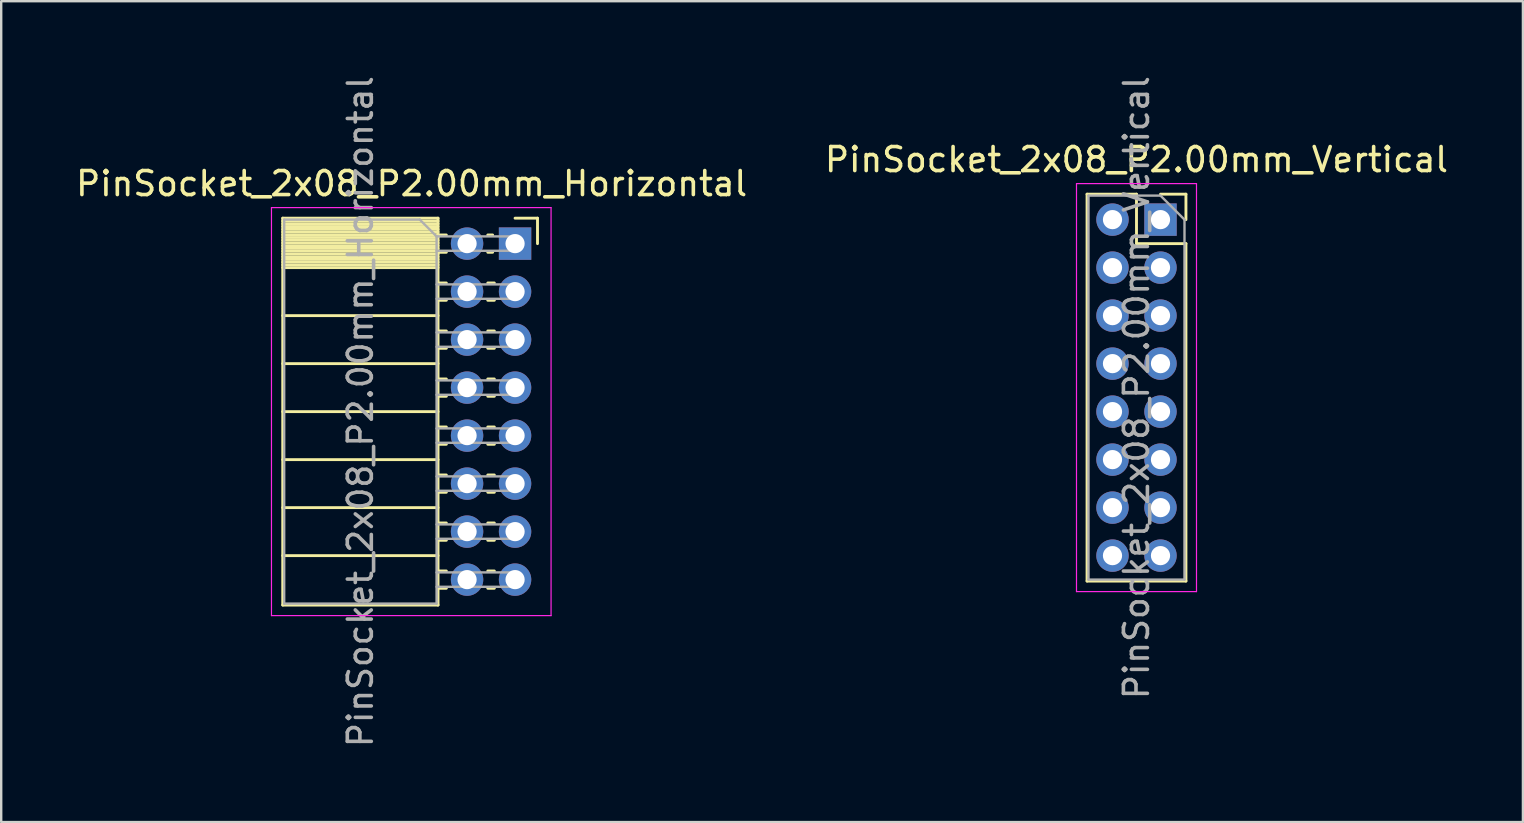
<source format=kicad_pcb>
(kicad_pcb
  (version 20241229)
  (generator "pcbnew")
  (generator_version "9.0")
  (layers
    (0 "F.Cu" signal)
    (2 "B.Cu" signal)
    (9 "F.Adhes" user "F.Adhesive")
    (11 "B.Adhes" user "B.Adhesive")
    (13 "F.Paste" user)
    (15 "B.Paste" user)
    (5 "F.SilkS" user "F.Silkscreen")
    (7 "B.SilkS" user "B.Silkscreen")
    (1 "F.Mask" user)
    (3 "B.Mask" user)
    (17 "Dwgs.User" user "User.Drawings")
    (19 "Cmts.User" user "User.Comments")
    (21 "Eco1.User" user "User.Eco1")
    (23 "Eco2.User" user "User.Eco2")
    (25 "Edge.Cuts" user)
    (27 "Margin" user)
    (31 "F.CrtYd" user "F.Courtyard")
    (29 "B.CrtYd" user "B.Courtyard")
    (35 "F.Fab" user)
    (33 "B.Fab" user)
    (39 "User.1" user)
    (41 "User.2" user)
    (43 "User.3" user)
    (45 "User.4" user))
  (footprint "PinSocket_2x08_P2.00mm_Vertical"
    (layer "F.Cu")
    (at 45.304 6.101)
    (property "Reference" "PinSocket_2x08_P2.00mm_Vertical" (at -1 -2.5 0) (layer "F.SilkS") (effects (font (size 1 1) (thickness 0.15))))
    (attr through_hole)
    (fp_line (start -3.06 -1.06) (end -3.06 15.06) (stroke (width 0.12) (type solid)) (layer "F.SilkS"))
    (fp_line (start -3.06 -1.06) (end -1 -1.06) (stroke (width 0.12) (type solid)) (layer "F.SilkS"))
    (fp_line (start -3.06 15.06) (end 1.06 15.06) (stroke (width 0.12) (type solid)) (layer "F.SilkS"))
    (fp_line (start -1 -1.06) (end -1 1) (stroke (width 0.12) (type solid)) (layer "F.SilkS"))
    (fp_line (start -1 1) (end 1.06 1) (stroke (width 0.12) (type solid)) (layer "F.SilkS"))
    (fp_line (start 0 -1.06) (end 1.06 -1.06) (stroke (width 0.12) (type solid)) (layer "F.SilkS"))
    (fp_line (start 1.06 -1.06) (end 1.06 0) (stroke (width 0.12) (type solid)) (layer "F.SilkS"))
    (fp_line (start 1.06 1) (end 1.06 15.06) (stroke (width 0.12) (type solid)) (layer "F.SilkS"))
    (fp_line (start -3.5 -1.5) (end 1.5 -1.5) (stroke (width 0.05) (type solid)) (layer "F.CrtYd"))
    (fp_line (start -3.5 15.5) (end -3.5 -1.5) (stroke (width 0.05) (type solid)) (layer "F.CrtYd"))
    (fp_line (start 1.5 -1.5) (end 1.5 15.5) (stroke (width 0.05) (type solid)) (layer "F.CrtYd"))
    (fp_line (start 1.5 15.5) (end -3.5 15.5) (stroke (width 0.05) (type solid)) (layer "F.CrtYd"))
    (fp_line (start -3 -1) (end 0 -1) (stroke (width 0.1) (type solid)) (layer "F.Fab"))
    (fp_line (start -3 15) (end -3 -1) (stroke (width 0.1) (type solid)) (layer "F.Fab"))
    (fp_line (start 0 -1) (end 1 0) (stroke (width 0.1) (type solid)) (layer "F.Fab"))
    (fp_line (start 1 0) (end 1 15) (stroke (width 0.1) (type solid)) (layer "F.Fab"))
    (fp_line (start 1 15) (end -3 15) (stroke (width 0.1) (type solid)) (layer "F.Fab"))
    (fp_text user "${REFERENCE}" (at -1 7 90) (layer "F.Fab") (effects (font (size 1 1) (thickness 0.15))))
    (pad "1" thru_hole rect (at 0 0) (size 1.35 1.35) (drill 0.8) (layers "*.Cu" "*.Mask"))
    (pad "2" thru_hole circle (at -2 0) (size 1.35 1.35) (drill 0.8) (layers "*.Cu" "*.Mask"))
    (pad "3" thru_hole circle (at 0 2) (size 1.35 1.35) (drill 0.8) (layers "*.Cu" "*.Mask"))
    (pad "4" thru_hole circle (at -2 2) (size 1.35 1.35) (drill 0.8) (layers "*.Cu" "*.Mask"))
    (pad "5" thru_hole circle (at 0 4) (size 1.35 1.35) (drill 0.8) (layers "*.Cu" "*.Mask"))
    (pad "6" thru_hole circle (at -2 4) (size 1.35 1.35) (drill 0.8) (layers "*.Cu" "*.Mask"))
    (pad "7" thru_hole circle (at 0 6) (size 1.35 1.35) (drill 0.8) (layers "*.Cu" "*.Mask"))
    (pad "8" thru_hole circle (at -2 6) (size 1.35 1.35) (drill 0.8) (layers "*.Cu" "*.Mask"))
    (pad "9" thru_hole circle (at 0 8) (size 1.35 1.35) (drill 0.8) (layers "*.Cu" "*.Mask"))
    (pad "10" thru_hole circle (at -2 8) (size 1.35 1.35) (drill 0.8) (layers "*.Cu" "*.Mask"))
    (pad "11" thru_hole circle (at 0 10) (size 1.35 1.35) (drill 0.8) (layers "*.Cu" "*.Mask"))
    (pad "12" thru_hole circle (at -2 10) (size 1.35 1.35) (drill 0.8) (layers "*.Cu" "*.Mask"))
    (pad "13" thru_hole circle (at 0 12) (size 1.35 1.35) (drill 0.8) (layers "*.Cu" "*.Mask"))
    (pad "14" thru_hole circle (at -2 12) (size 1.35 1.35) (drill 0.8) (layers "*.Cu" "*.Mask"))
    (pad "15" thru_hole circle (at 0 14) (size 1.35 1.35) (drill 0.8) (layers "*.Cu" "*.Mask"))
    (pad "16" thru_hole circle (at -2 14) (size 1.35 1.35) (drill 0.8) (layers "*.Cu" "*.Mask")))
  (footprint "PinSocket_2x08_P2.00mm_Horizontal"
    (layer "F.Cu")
    (at 18.411 7.101)
    (property "Reference" "PinSocket_2x08_P2.00mm_Horizontal" (at -4.31 -2.5 0) (layer "F.SilkS") (effects (font (size 1 1) (thickness 0.15))))
    (attr through_hole)
    (fp_line (start -9.68 -1.06) (end -9.68 15.06) (stroke (width 0.12) (type solid)) (layer "F.SilkS"))
    (fp_line (start -9.68 -1.06) (end -3.21 -1.06) (stroke (width 0.12) (type solid)) (layer "F.SilkS"))
    (fp_line (start -9.68 -0.94) (end -3.21 -0.94) (stroke (width 0.12) (type solid)) (layer "F.SilkS"))
    (fp_line (start -9.68 -0.826) (end -3.21 -0.826) (stroke (width 0.12) (type solid)) (layer "F.SilkS"))
    (fp_line (start -9.68 -0.712) (end -3.21 -0.712) (stroke (width 0.12) (type solid)) (layer "F.SilkS"))
    (fp_line (start -9.68 -0.598) (end -3.21 -0.598) (stroke (width 0.12) (type solid)) (layer "F.SilkS"))
    (fp_line (start -9.68 -0.484) (end -3.21 -0.484) (stroke (width 0.12) (type solid)) (layer "F.SilkS"))
    (fp_line (start -9.68 -0.369) (end -3.21 -0.369) (stroke (width 0.12) (type solid)) (layer "F.SilkS"))
    (fp_line (start -9.68 -0.255) (end -3.21 -0.255) (stroke (width 0.12) (type solid)) (layer "F.SilkS"))
    (fp_line (start -9.68 -0.141) (end -3.21 -0.141) (stroke (width 0.12) (type solid)) (layer "F.SilkS"))
    (fp_line (start -9.68 -0.027) (end -3.21 -0.027) (stroke (width 0.12) (type solid)) (layer "F.SilkS"))
    (fp_line (start -9.68 0.087) (end -3.21 0.087) (stroke (width 0.12) (type solid)) (layer "F.SilkS"))
    (fp_line (start -9.68 0.201) (end -3.21 0.201) (stroke (width 0.12) (type solid)) (layer "F.SilkS"))
    (fp_line (start -9.68 0.315) (end -3.21 0.315) (stroke (width 0.12) (type solid)) (layer "F.SilkS"))
    (fp_line (start -9.68 0.429) (end -3.21 0.429) (stroke (width 0.12) (type solid)) (layer "F.SilkS"))
    (fp_line (start -9.68 0.544) (end -3.21 0.544) (stroke (width 0.12) (type solid)) (layer "F.SilkS"))
    (fp_line (start -9.68 0.658) (end -3.21 0.658) (stroke (width 0.12) (type solid)) (layer "F.SilkS"))
    (fp_line (start -9.68 0.772) (end -3.21 0.772) (stroke (width 0.12) (type solid)) (layer "F.SilkS"))
    (fp_line (start -9.68 0.886) (end -3.21 0.886) (stroke (width 0.12) (type solid)) (layer "F.SilkS"))
    (fp_line (start -9.68 1) (end -3.21 1) (stroke (width 0.12) (type solid)) (layer "F.SilkS"))
    (fp_line (start -9.68 3) (end -3.21 3) (stroke (width 0.12) (type solid)) (layer "F.SilkS"))
    (fp_line (start -9.68 5) (end -3.21 5) (stroke (width 0.12) (type solid)) (layer "F.SilkS"))
    (fp_line (start -9.68 7) (end -3.21 7) (stroke (width 0.12) (type solid)) (layer "F.SilkS"))
    (fp_line (start -9.68 9) (end -3.21 9) (stroke (width 0.12) (type solid)) (layer "F.SilkS"))
    (fp_line (start -9.68 11) (end -3.21 11) (stroke (width 0.12) (type solid)) (layer "F.SilkS"))
    (fp_line (start -9.68 13) (end -3.21 13) (stroke (width 0.12) (type solid)) (layer "F.SilkS"))
    (fp_line (start -9.68 15.06) (end -3.21 15.06) (stroke (width 0.12) (type solid)) (layer "F.SilkS"))
    (fp_line (start -3.21 -1.06) (end -3.21 15.06) (stroke (width 0.12) (type solid)) (layer "F.SilkS"))
    (fp_line (start -3.21 -0.36) (end -2.863 -0.36) (stroke (width 0.12) (type solid)) (layer "F.SilkS"))
    (fp_line (start -3.21 0.36) (end -2.863 0.36) (stroke (width 0.12) (type solid)) (layer "F.SilkS"))
    (fp_line (start -3.21 1.64) (end -2.863 1.64) (stroke (width 0.12) (type solid)) (layer "F.SilkS"))
    (fp_line (start -3.21 2.36) (end -2.863 2.36) (stroke (width 0.12) (type solid)) (layer "F.SilkS"))
    (fp_line (start -3.21 3.64) (end -2.863 3.64) (stroke (width 0.12) (type solid)) (layer "F.SilkS"))
    (fp_line (start -3.21 4.36) (end -2.863 4.36) (stroke (width 0.12) (type solid)) (layer "F.SilkS"))
    (fp_line (start -3.21 5.64) (end -2.863 5.64) (stroke (width 0.12) (type solid)) (layer "F.SilkS"))
    (fp_line (start -3.21 6.36) (end -2.863 6.36) (stroke (width 0.12) (type solid)) (layer "F.SilkS"))
    (fp_line (start -3.21 7.64) (end -2.863 7.64) (stroke (width 0.12) (type solid)) (layer "F.SilkS"))
    (fp_line (start -3.21 8.36) (end -2.863 8.36) (stroke (width 0.12) (type solid)) (layer "F.SilkS"))
    (fp_line (start -3.21 9.64) (end -2.863 9.64) (stroke (width 0.12) (type solid)) (layer "F.SilkS"))
    (fp_line (start -3.21 10.36) (end -2.863 10.36) (stroke (width 0.12) (type solid)) (layer "F.SilkS"))
    (fp_line (start -3.21 11.64) (end -2.863 11.64) (stroke (width 0.12) (type solid)) (layer "F.SilkS"))
    (fp_line (start -3.21 12.36) (end -2.863 12.36) (stroke (width 0.12) (type solid)) (layer "F.SilkS"))
    (fp_line (start -3.21 13.64) (end -2.863 13.64) (stroke (width 0.12) (type solid)) (layer "F.SilkS"))
    (fp_line (start -3.21 14.36) (end -2.863 14.36) (stroke (width 0.12) (type solid)) (layer "F.SilkS"))
    (fp_line (start -1.137 -0.36) (end -0.935 -0.36) (stroke (width 0.12) (type solid)) (layer "F.SilkS"))
    (fp_line (start -1.137 0.36) (end -0.935 0.36) (stroke (width 0.12) (type solid)) (layer "F.SilkS"))
    (fp_line (start -1.137 1.64) (end -0.863 1.64) (stroke (width 0.12) (type solid)) (layer "F.SilkS"))
    (fp_line (start -1.137 2.36) (end -0.863 2.36) (stroke (width 0.12) (type solid)) (layer "F.SilkS"))
    (fp_line (start -1.137 3.64) (end -0.863 3.64) (stroke (width 0.12) (type solid)) (layer "F.SilkS"))
    (fp_line (start -1.137 4.36) (end -0.863 4.36) (stroke (width 0.12) (type solid)) (layer "F.SilkS"))
    (fp_line (start -1.137 5.64) (end -0.863 5.64) (stroke (width 0.12) (type solid)) (layer "F.SilkS"))
    (fp_line (start -1.137 6.36) (end -0.863 6.36) (stroke (width 0.12) (type solid)) (layer "F.SilkS"))
    (fp_line (start -1.137 7.64) (end -0.863 7.64) (stroke (width 0.12) (type solid)) (layer "F.SilkS"))
    (fp_line (start -1.137 8.36) (end -0.863 8.36) (stroke (width 0.12) (type solid)) (layer "F.SilkS"))
    (fp_line (start -1.137 9.64) (end -0.863 9.64) (stroke (width 0.12) (type solid)) (layer "F.SilkS"))
    (fp_line (start -1.137 10.36) (end -0.863 10.36) (stroke (width 0.12) (type solid)) (layer "F.SilkS"))
    (fp_line (start -1.137 11.64) (end -0.863 11.64) (stroke (width 0.12) (type solid)) (layer "F.SilkS"))
    (fp_line (start -1.137 12.36) (end -0.863 12.36) (stroke (width 0.12) (type solid)) (layer "F.SilkS"))
    (fp_line (start -1.137 13.64) (end -0.863 13.64) (stroke (width 0.12) (type solid)) (layer "F.SilkS"))
    (fp_line (start -1.137 14.36) (end -0.863 14.36) (stroke (width 0.12) (type solid)) (layer "F.SilkS"))
    (fp_line (start 0 -1.06) (end 0.935 -1.06) (stroke (width 0.12) (type solid)) (layer "F.SilkS"))
    (fp_line (start 0.935 -1.06) (end 0.935 0) (stroke (width 0.12) (type solid)) (layer "F.SilkS"))
    (fp_line (start -10.15 -1.5) (end -10.15 15.5) (stroke (width 0.05) (type solid)) (layer "F.CrtYd"))
    (fp_line (start -10.15 15.5) (end 1.5 15.5) (stroke (width 0.05) (type solid)) (layer "F.CrtYd"))
    (fp_line (start 1.5 -1.5) (end -10.15 -1.5) (stroke (width 0.05) (type solid)) (layer "F.CrtYd"))
    (fp_line (start 1.5 15.5) (end 1.5 -1.5) (stroke (width 0.05) (type solid)) (layer "F.CrtYd"))
    (fp_line (start -9.62 -1) (end -3.97 -1) (stroke (width 0.1) (type solid)) (layer "F.Fab"))
    (fp_line (start -9.62 15) (end -9.62 -1) (stroke (width 0.1) (type solid)) (layer "F.Fab"))
    (fp_line (start -3.97 -1) (end -3.27 -0.3) (stroke (width 0.1) (type solid)) (layer "F.Fab"))
    (fp_line (start -3.27 -0.3) (end -3.27 15) (stroke (width 0.1) (type solid)) (layer "F.Fab"))
    (fp_line (start -3.27 0.3) (end 0 0.3) (stroke (width 0.1) (type solid)) (layer "F.Fab"))
    (fp_line (start -3.27 2.3) (end 0 2.3) (stroke (width 0.1) (type solid)) (layer "F.Fab"))
    (fp_line (start -3.27 4.3) (end 0 4.3) (stroke (width 0.1) (type solid)) (layer "F.Fab"))
    (fp_line (start -3.27 6.3) (end 0 6.3) (stroke (width 0.1) (type solid)) (layer "F.Fab"))
    (fp_line (start -3.27 8.3) (end 0 8.3) (stroke (width 0.1) (type solid)) (layer "F.Fab"))
    (fp_line (start -3.27 10.3) (end 0 10.3) (stroke (width 0.1) (type solid)) (layer "F.Fab"))
    (fp_line (start -3.27 12.3) (end 0 12.3) (stroke (width 0.1) (type solid)) (layer "F.Fab"))
    (fp_line (start -3.27 14.3) (end 0 14.3) (stroke (width 0.1) (type solid)) (layer "F.Fab"))
    (fp_line (start -3.27 15) (end -9.62 15) (stroke (width 0.1) (type solid)) (layer "F.Fab"))
    (fp_line (start 0 -0.3) (end -3.27 -0.3) (stroke (width 0.1) (type solid)) (layer "F.Fab"))
    (fp_line (start 0 0.3) (end 0 -0.3) (stroke (width 0.1) (type solid)) (layer "F.Fab"))
    (fp_line (start 0 1.7) (end -3.27 1.7) (stroke (width 0.1) (type solid)) (layer "F.Fab"))
    (fp_line (start 0 2.3) (end 0 1.7) (stroke (width 0.1) (type solid)) (layer "F.Fab"))
    (fp_line (start 0 3.7) (end -3.27 3.7) (stroke (width 0.1) (type solid)) (layer "F.Fab"))
    (fp_line (start 0 4.3) (end 0 3.7) (stroke (width 0.1) (type solid)) (layer "F.Fab"))
    (fp_line (start 0 5.7) (end -3.27 5.7) (stroke (width 0.1) (type solid)) (layer "F.Fab"))
    (fp_line (start 0 6.3) (end 0 5.7) (stroke (width 0.1) (type solid)) (layer "F.Fab"))
    (fp_line (start 0 7.7) (end -3.27 7.7) (stroke (width 0.1) (type solid)) (layer "F.Fab"))
    (fp_line (start 0 8.3) (end 0 7.7) (stroke (width 0.1) (type solid)) (layer "F.Fab"))
    (fp_line (start 0 9.7) (end -3.27 9.7) (stroke (width 0.1) (type solid)) (layer "F.Fab"))
    (fp_line (start 0 10.3) (end 0 9.7) (stroke (width 0.1) (type solid)) (layer "F.Fab"))
    (fp_line (start 0 11.7) (end -3.27 11.7) (stroke (width 0.1) (type solid)) (layer "F.Fab"))
    (fp_line (start 0 12.3) (end 0 11.7) (stroke (width 0.1) (type solid)) (layer "F.Fab"))
    (fp_line (start 0 13.7) (end -3.27 13.7) (stroke (width 0.1) (type solid)) (layer "F.Fab"))
    (fp_line (start 0 14.3) (end 0 13.7) (stroke (width 0.1) (type solid)) (layer "F.Fab"))
    (fp_text user "${REFERENCE}" (at -6.445 7 90) (layer "F.Fab") (effects (font (size 1 1) (thickness 0.15))))
    (pad "1" thru_hole rect (at 0 0) (size 1.35 1.35) (drill 0.8) (layers "*.Cu" "*.Mask"))
    (pad "2" thru_hole circle (at -2 0) (size 1.35 1.35) (drill 0.8) (layers "*.Cu" "*.Mask"))
    (pad "3" thru_hole circle (at 0 2) (size 1.35 1.35) (drill 0.8) (layers "*.Cu" "*.Mask"))
    (pad "4" thru_hole circle (at -2 2) (size 1.35 1.35) (drill 0.8) (layers "*.Cu" "*.Mask"))
    (pad "5" thru_hole circle (at 0 4) (size 1.35 1.35) (drill 0.8) (layers "*.Cu" "*.Mask"))
    (pad "6" thru_hole circle (at -2 4) (size 1.35 1.35) (drill 0.8) (layers "*.Cu" "*.Mask"))
    (pad "7" thru_hole circle (at 0 6) (size 1.35 1.35) (drill 0.8) (layers "*.Cu" "*.Mask"))
    (pad "8" thru_hole circle (at -2 6) (size 1.35 1.35) (drill 0.8) (layers "*.Cu" "*.Mask"))
    (pad "9" thru_hole circle (at 0 8) (size 1.35 1.35) (drill 0.8) (layers "*.Cu" "*.Mask"))
    (pad "10" thru_hole circle (at -2 8) (size 1.35 1.35) (drill 0.8) (layers "*.Cu" "*.Mask"))
    (pad "11" thru_hole circle (at 0 10) (size 1.35 1.35) (drill 0.8) (layers "*.Cu" "*.Mask"))
    (pad "12" thru_hole circle (at -2 10) (size 1.35 1.35) (drill 0.8) (layers "*.Cu" "*.Mask"))
    (pad "13" thru_hole circle (at 0 12) (size 1.35 1.35) (drill 0.8) (layers "*.Cu" "*.Mask"))
    (pad "14" thru_hole circle (at -2 12) (size 1.35 1.35) (drill 0.8) (layers "*.Cu" "*.Mask"))
    (pad "15" thru_hole circle (at 0 14) (size 1.35 1.35) (drill 0.8) (layers "*.Cu" "*.Mask"))
    (pad "16" thru_hole circle (at -2 14) (size 1.35 1.35) (drill 0.8) (layers "*.Cu" "*.Mask")))
  (gr_rect
    (start -3 -3)
    (end 60.405 31.202)
    (stroke (width 0.1) (type default))
    (fill no)
    (layer "Edge.Cuts")))
</source>
